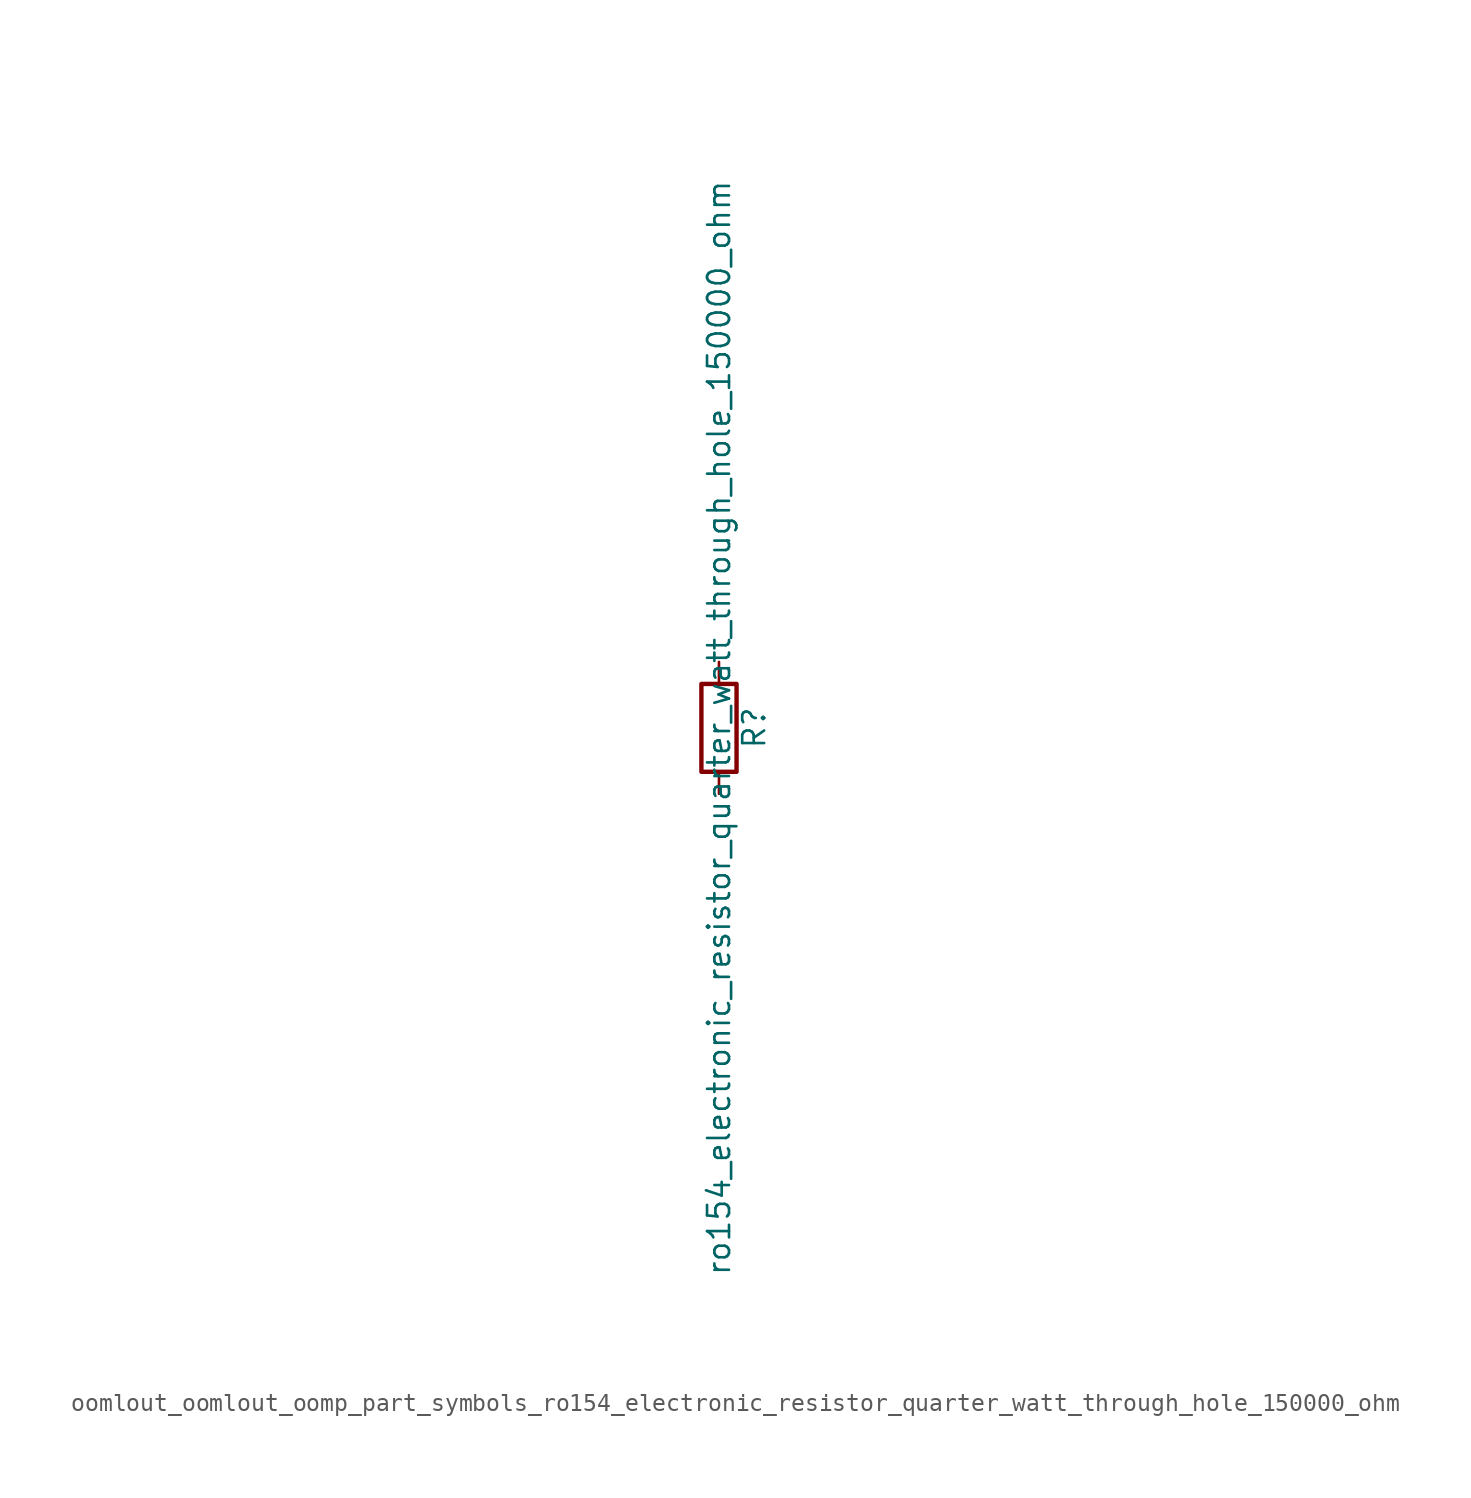
<source format=kicad_sym>
(kicad_symbol_lib
  (version 20220914)
  (generator kicad_symbol_editor)
  (symbol "oomlout_oomlout_oomp_part_symbols_ro154_electronic_resistor_quarter_watt_through_hole_150000_ohm"
    (pin_numbers hide)
    (pin_names
      (offset 0))
    (property "Reference" "R"
      (at 2.032 0 90)
      (effects (font (size 1.27 1.27))))
    (property "Value" "ro154_electronic_resistor_quarter_watt_through_hole_150000_ohm"
      (at 0 0 90)
      (effects (font (size 1.27 1.27))))
    (symbol "oomlout_oomlout_oomp_part_symbols_ro154_electronic_resistor_quarter_watt_through_hole_150000_ohm_0_1"
      (rectangle (start -1.016 -2.54) (end 1.016 2.54) (stroke (width 0.254) (type default)) (fill (type none))))
    (symbol "oomlout_oomlout_oomp_part_symbols_ro154_electronic_resistor_quarter_watt_through_hole_150000_ohm_1_1"
      (pin passive line (at 0 3.81 270) (length 1.27) (name "~" (effects (font (size 1.27 1.27)))) (number "1" (effects (font (size 1.27 1.27)))))
      (pin passive line (at 0 -3.81 90) (length 1.27) (name "~" (effects (font (size 1.27 1.27)))) (number "2" (effects (font (size 1.27 1.27))))))))
</source>
